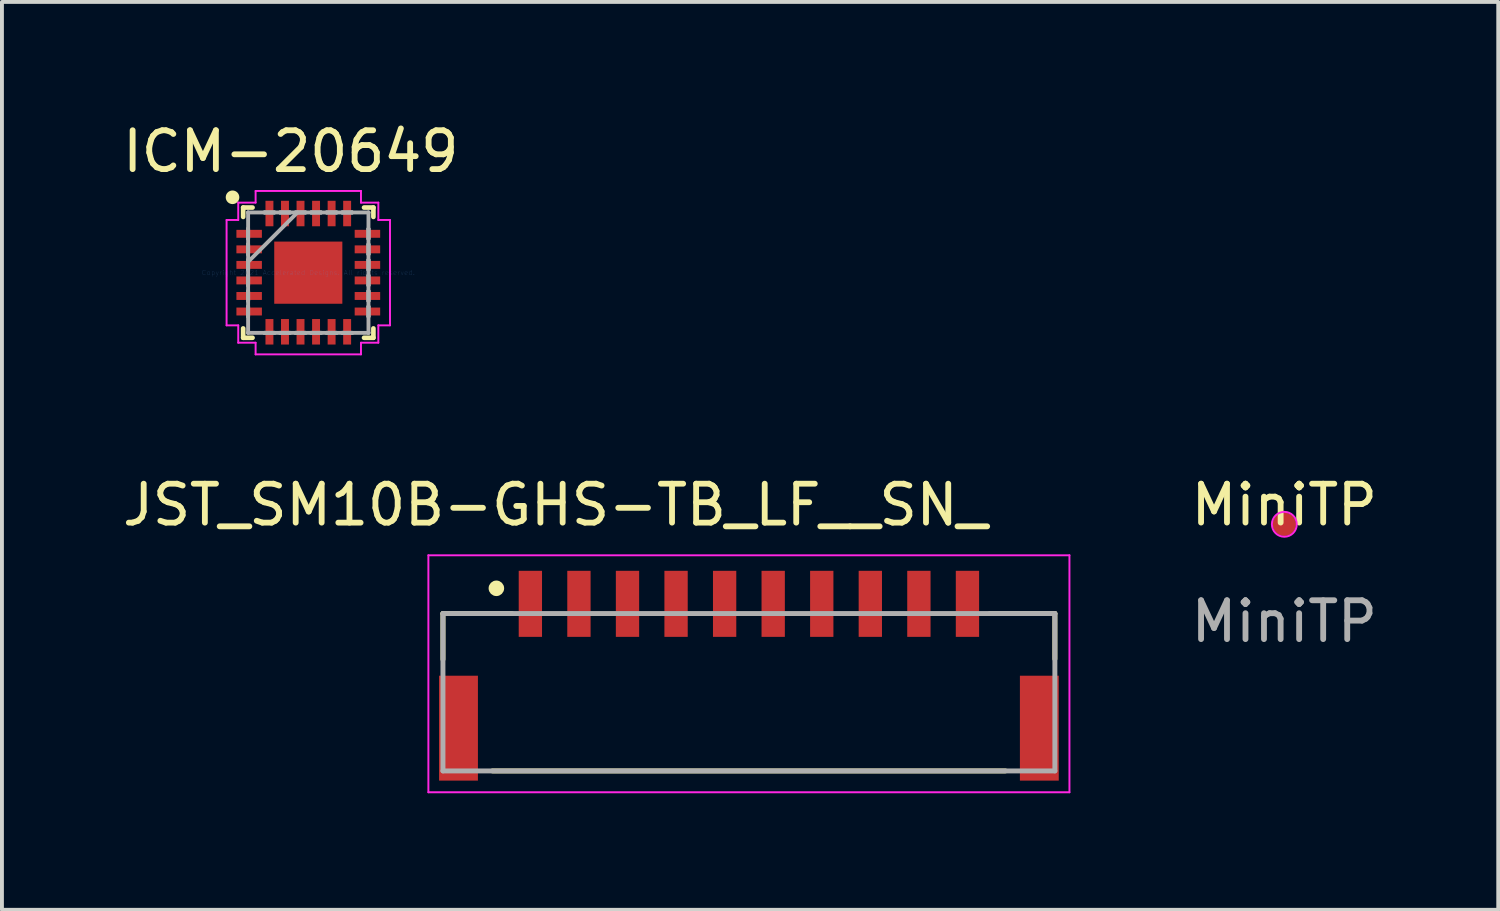
<source format=kicad_pcb>
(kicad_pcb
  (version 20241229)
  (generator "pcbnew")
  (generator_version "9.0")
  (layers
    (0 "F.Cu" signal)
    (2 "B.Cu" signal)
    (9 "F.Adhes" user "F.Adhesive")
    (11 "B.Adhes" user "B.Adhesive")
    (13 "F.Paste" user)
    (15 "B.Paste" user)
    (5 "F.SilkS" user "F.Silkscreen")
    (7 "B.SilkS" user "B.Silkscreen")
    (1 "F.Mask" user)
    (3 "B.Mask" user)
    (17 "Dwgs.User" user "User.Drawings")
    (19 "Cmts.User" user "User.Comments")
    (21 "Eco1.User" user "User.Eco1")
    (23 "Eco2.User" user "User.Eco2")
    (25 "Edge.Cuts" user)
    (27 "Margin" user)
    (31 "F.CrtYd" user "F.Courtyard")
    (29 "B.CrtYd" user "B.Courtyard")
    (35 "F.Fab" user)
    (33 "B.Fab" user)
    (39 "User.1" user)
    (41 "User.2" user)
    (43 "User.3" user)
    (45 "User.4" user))
  (footprint "MiniTP"
    (layer "F.Cu")
    (at 30.007 10.445)
    (property "Reference" "MiniTP" (at 0 -0.5 0) (unlocked yes) (layer "F.SilkS") (effects (font (size 1 1) (thickness 0.15))))
    (fp_circle (center 0 0) (end 0.25 0.2) (stroke (width 0.05) (type solid)) (fill no) (layer "F.CrtYd"))
    (fp_text user "${REFERENCE}" (at 0 2.5 0) (unlocked yes) (layer "F.Fab") (effects (font (size 1 1) (thickness 0.15))))
    (pad "1" smd circle (at 0 0) (size 0.6 0.6) (layers "F.Cu" "F.Mask" "F.Paste")))
  (footprint "JST_SM10B-GHS-TB_LF__SN_"
    (layer "F.Cu")
    (at 16.226 15.692)
    (property "Reference" "JST_SM10B-GHS-TB_LF__SN_" (at -4.985 -5.746 0) (layer "F.SilkS") (effects (font (size 1.002 1.002) (thickness 0.15))))
    (attr smd)
    (fp_line (start -7.875 -2.95) (end -6.1 -2.95) (stroke (width 0.127) (type solid)) (layer "F.SilkS"))
    (fp_line (start -7.875 -1.77) (end -7.875 -2.95) (stroke (width 0.127) (type solid)) (layer "F.SilkS"))
    (fp_line (start -6.6 1.1) (end 6.6 1.1) (stroke (width 0.127) (type solid)) (layer "F.SilkS"))
    (fp_line (start 7.875 -2.95) (end 6.2 -2.95) (stroke (width 0.127) (type solid)) (layer "F.SilkS"))
    (fp_line (start 7.875 -1.78) (end 7.875 -2.95) (stroke (width 0.127) (type solid)) (layer "F.SilkS"))
    (fp_circle (center -6.5 -3.6) (end -6.4 -3.6) (stroke (width 0.2) (type solid)) (fill no) (layer "F.SilkS"))
    (fp_line (start -8.25 -4.45) (end 8.25 -4.45) (stroke (width 0.05) (type solid)) (layer "F.CrtYd"))
    (fp_line (start -8.25 1.65) (end -8.25 -4.45) (stroke (width 0.05) (type solid)) (layer "F.CrtYd"))
    (fp_line (start 8.25 -4.45) (end 8.25 1.65) (stroke (width 0.05) (type solid)) (layer "F.CrtYd"))
    (fp_line (start 8.25 1.65) (end -8.25 1.65) (stroke (width 0.05) (type solid)) (layer "F.CrtYd"))
    (fp_line (start -7.875 -2.95) (end 7.875 -2.95) (stroke (width 0.127) (type solid)) (layer "F.Fab"))
    (fp_line (start -7.875 1.1) (end -7.875 -2.95) (stroke (width 0.127) (type solid)) (layer "F.Fab"))
    (fp_line (start 7.875 -2.95) (end 7.875 1.1) (stroke (width 0.127) (type solid)) (layer "F.Fab"))
    (fp_line (start 7.875 1.1) (end -7.875 1.1) (stroke (width 0.127) (type solid)) (layer "F.Fab"))
    (pad "1" smd rect (at -5.625 -3.2 90) (size 1.7 0.6) (layers "F.Cu" "F.Mask" "F.Paste"))
    (pad "2" smd rect (at -4.375 -3.2 90) (size 1.7 0.6) (layers "F.Cu" "F.Mask" "F.Paste"))
    (pad "3" smd rect (at -3.125 -3.2 90) (size 1.7 0.6) (layers "F.Cu" "F.Mask" "F.Paste"))
    (pad "4" smd rect (at -1.875 -3.2 90) (size 1.7 0.6) (layers "F.Cu" "F.Mask" "F.Paste"))
    (pad "5" smd rect (at -0.625 -3.2 90) (size 1.7 0.6) (layers "F.Cu" "F.Mask" "F.Paste"))
    (pad "6" smd rect (at 0.625 -3.2 90) (size 1.7 0.6) (layers "F.Cu" "F.Mask" "F.Paste"))
    (pad "7" smd rect (at 1.875 -3.2 90) (size 1.7 0.6) (layers "F.Cu" "F.Mask" "F.Paste"))
    (pad "8" smd rect (at 3.125 -3.2 90) (size 1.7 0.6) (layers "F.Cu" "F.Mask" "F.Paste"))
    (pad "9" smd rect (at 4.375 -3.2 90) (size 1.7 0.6) (layers "F.Cu" "F.Mask" "F.Paste"))
    (pad "10" smd rect (at 5.625 -3.2 90) (size 1.7 0.6) (layers "F.Cu" "F.Mask" "F.Paste"))
    (pad "S1" smd rect (at -7.475 0 90) (size 2.7 1) (layers "F.Cu" "F.Mask" "F.Paste"))
    (pad "S2" smd rect (at 7.475 0 90) (size 2.7 1) (layers "F.Cu" "F.Mask" "F.Paste")))
  (footprint "ICM-20649"
    (layer "F.Cu")
    (at 4.885 3.968)
    (property "Reference" "ICM-20649" (at -0.45 -3.12 0) (layer "F.SilkS") (effects (font (size 1 1) (thickness 0.15))))
    (attr smd)
    (fp_line (start -1.676 -1.676) (end -1.676 -1.435) (stroke (width 0.12) (type solid)) (layer "F.SilkS"))
    (fp_line (start -1.676 1.435) (end -1.676 1.676) (stroke (width 0.12) (type solid)) (layer "F.SilkS"))
    (fp_line (start -1.676 1.676) (end -1.435 1.676) (stroke (width 0.12) (type solid)) (layer "F.SilkS"))
    (fp_line (start -1.435 -1.676) (end -1.676 -1.676) (stroke (width 0.12) (type solid)) (layer "F.SilkS"))
    (fp_line (start 1.435 1.676) (end 1.676 1.676) (stroke (width 0.12) (type solid)) (layer "F.SilkS"))
    (fp_line (start 1.676 -1.676) (end 1.435 -1.676) (stroke (width 0.12) (type solid)) (layer "F.SilkS"))
    (fp_line (start 1.676 -1.435) (end 1.676 -1.676) (stroke (width 0.12) (type solid)) (layer "F.SilkS"))
    (fp_line (start 1.676 1.676) (end 1.676 1.435) (stroke (width 0.12) (type solid)) (layer "F.SilkS"))
    (fp_circle (center -1.95 -1.94) (end -1.825 -1.94) (stroke (width 0.1) (type solid)) (fill yes) (layer "F.SilkS"))
    (fp_line (start -2.103 1.356) (end -2.103 -1.356) (stroke (width 0.05) (type solid)) (layer "F.CrtYd"))
    (fp_line (start -1.803 -1.803) (end -1.356 -1.803) (stroke (width 0.05) (type solid)) (layer "F.CrtYd"))
    (fp_line (start -1.803 -1.356) (end -2.103 -1.356) (stroke (width 0.05) (type default)) (layer "F.CrtYd"))
    (fp_line (start -1.803 -1.356) (end -1.803 -1.803) (stroke (width 0.05) (type solid)) (layer "F.CrtYd"))
    (fp_line (start -1.803 1.356) (end -2.103 1.356) (stroke (width 0.05) (type solid)) (layer "F.CrtYd"))
    (fp_line (start -1.803 1.803) (end -1.803 1.356) (stroke (width 0.05) (type solid)) (layer "F.CrtYd"))
    (fp_line (start -1.356 -2.103) (end 1.356 -2.103) (stroke (width 0.05) (type solid)) (layer "F.CrtYd"))
    (fp_line (start -1.356 -1.803) (end -1.356 -2.103) (stroke (width 0.05) (type solid)) (layer "F.CrtYd"))
    (fp_line (start -1.356 1.803) (end -1.803 1.803) (stroke (width 0.05) (type solid)) (layer "F.CrtYd"))
    (fp_line (start -1.356 2.103) (end -1.356 1.803) (stroke (width 0.05) (type solid)) (layer "F.CrtYd"))
    (fp_line (start 1.356 -2.103) (end 1.356 -1.803) (stroke (width 0.05) (type solid)) (layer "F.CrtYd"))
    (fp_line (start 1.356 -1.803) (end 1.803 -1.803) (stroke (width 0.05) (type solid)) (layer "F.CrtYd"))
    (fp_line (start 1.356 1.803) (end 1.356 2.103) (stroke (width 0.05) (type solid)) (layer "F.CrtYd"))
    (fp_line (start 1.356 2.103) (end -1.356 2.103) (stroke (width 0.05) (type solid)) (layer "F.CrtYd"))
    (fp_line (start 1.803 -1.803) (end 1.803 -1.356) (stroke (width 0.05) (type solid)) (layer "F.CrtYd"))
    (fp_line (start 1.803 -1.356) (end 2.103 -1.356) (stroke (width 0.05) (type solid)) (layer "F.CrtYd"))
    (fp_line (start 1.803 1.356) (end 1.803 1.803) (stroke (width 0.05) (type solid)) (layer "F.CrtYd"))
    (fp_line (start 1.803 1.803) (end 1.356 1.803) (stroke (width 0.05) (type solid)) (layer "F.CrtYd"))
    (fp_line (start 2.103 -1.356) (end 2.103 1.356) (stroke (width 0.05) (type solid)) (layer "F.CrtYd"))
    (fp_line (start 2.103 1.356) (end 1.803 1.356) (stroke (width 0.05) (type solid)) (layer "F.CrtYd"))
    (fp_line (start -1.549 -1.549) (end -1.549 -1.549) (stroke (width 0.1) (type solid)) (layer "F.Fab"))
    (fp_line (start -1.549 -1.549) (end -1.549 1.549) (stroke (width 0.1) (type solid)) (layer "F.Fab"))
    (fp_line (start -1.549 -1.127) (end -1.549 -1.127) (stroke (width 0.1) (type solid)) (layer "F.Fab"))
    (fp_line (start -1.549 -1.127) (end -1.549 -0.873) (stroke (width 0.1) (type solid)) (layer "F.Fab"))
    (fp_line (start -1.549 -0.873) (end -1.549 -1.127) (stroke (width 0.1) (type solid)) (layer "F.Fab"))
    (fp_line (start -1.549 -0.873) (end -1.549 -0.873) (stroke (width 0.1) (type solid)) (layer "F.Fab"))
    (fp_line (start -1.549 -0.727) (end -1.549 -0.727) (stroke (width 0.1) (type solid)) (layer "F.Fab"))
    (fp_line (start -1.549 -0.727) (end -1.549 -0.473) (stroke (width 0.1) (type solid)) (layer "F.Fab"))
    (fp_line (start -1.549 -0.473) (end -1.549 -0.727) (stroke (width 0.1) (type solid)) (layer "F.Fab"))
    (fp_line (start -1.549 -0.473) (end -1.549 -0.473) (stroke (width 0.1) (type solid)) (layer "F.Fab"))
    (fp_line (start -1.549 -0.327) (end -1.549 -0.327) (stroke (width 0.1) (type solid)) (layer "F.Fab"))
    (fp_line (start -1.549 -0.327) (end -1.549 -0.073) (stroke (width 0.1) (type solid)) (layer "F.Fab"))
    (fp_line (start -1.549 -0.279) (end -0.279 -1.549) (stroke (width 0.1) (type solid)) (layer "F.Fab"))
    (fp_line (start -1.549 -0.073) (end -1.549 -0.327) (stroke (width 0.1) (type solid)) (layer "F.Fab"))
    (fp_line (start -1.549 -0.073) (end -1.549 -0.073) (stroke (width 0.1) (type solid)) (layer "F.Fab"))
    (fp_line (start -1.549 0.073) (end -1.549 0.073) (stroke (width 0.1) (type solid)) (layer "F.Fab"))
    (fp_line (start -1.549 0.073) (end -1.549 0.327) (stroke (width 0.1) (type solid)) (layer "F.Fab"))
    (fp_line (start -1.549 0.327) (end -1.549 0.073) (stroke (width 0.1) (type solid)) (layer "F.Fab"))
    (fp_line (start -1.549 0.327) (end -1.549 0.327) (stroke (width 0.1) (type solid)) (layer "F.Fab"))
    (fp_line (start -1.549 0.473) (end -1.549 0.473) (stroke (width 0.1) (type solid)) (layer "F.Fab"))
    (fp_line (start -1.549 0.473) (end -1.549 0.727) (stroke (width 0.1) (type solid)) (layer "F.Fab"))
    (fp_line (start -1.549 0.727) (end -1.549 0.473) (stroke (width 0.1) (type solid)) (layer "F.Fab"))
    (fp_line (start -1.549 0.727) (end -1.549 0.727) (stroke (width 0.1) (type solid)) (layer "F.Fab"))
    (fp_line (start -1.549 0.873) (end -1.549 0.873) (stroke (width 0.1) (type solid)) (layer "F.Fab"))
    (fp_line (start -1.549 0.873) (end -1.549 1.127) (stroke (width 0.1) (type solid)) (layer "F.Fab"))
    (fp_line (start -1.549 1.127) (end -1.549 0.873) (stroke (width 0.1) (type solid)) (layer "F.Fab"))
    (fp_line (start -1.549 1.127) (end -1.549 1.127) (stroke (width 0.1) (type solid)) (layer "F.Fab"))
    (fp_line (start -1.549 1.549) (end -1.549 1.549) (stroke (width 0.1) (type solid)) (layer "F.Fab"))
    (fp_line (start -1.549 1.549) (end 1.549 1.549) (stroke (width 0.1) (type solid)) (layer "F.Fab"))
    (fp_line (start -1.127 -1.549) (end -1.127 -1.549) (stroke (width 0.1) (type solid)) (layer "F.Fab"))
    (fp_line (start -1.127 -1.549) (end -0.873 -1.549) (stroke (width 0.1) (type solid)) (layer "F.Fab"))
    (fp_line (start -1.127 1.549) (end -1.127 1.549) (stroke (width 0.1) (type solid)) (layer "F.Fab"))
    (fp_line (start -1.127 1.549) (end -0.873 1.549) (stroke (width 0.1) (type solid)) (layer "F.Fab"))
    (fp_line (start -0.873 -1.549) (end -1.127 -1.549) (stroke (width 0.1) (type solid)) (layer "F.Fab"))
    (fp_line (start -0.873 -1.549) (end -0.873 -1.549) (stroke (width 0.1) (type solid)) (layer "F.Fab"))
    (fp_line (start -0.873 1.549) (end -1.127 1.549) (stroke (width 0.1) (type solid)) (layer "F.Fab"))
    (fp_line (start -0.873 1.549) (end -0.873 1.549) (stroke (width 0.1) (type solid)) (layer "F.Fab"))
    (fp_line (start -0.727 -1.549) (end -0.727 -1.549) (stroke (width 0.1) (type solid)) (layer "F.Fab"))
    (fp_line (start -0.727 -1.549) (end -0.473 -1.549) (stroke (width 0.1) (type solid)) (layer "F.Fab"))
    (fp_line (start -0.727 1.549) (end -0.727 1.549) (stroke (width 0.1) (type solid)) (layer "F.Fab"))
    (fp_line (start -0.727 1.549) (end -0.473 1.549) (stroke (width 0.1) (type solid)) (layer "F.Fab"))
    (fp_line (start -0.473 -1.549) (end -0.727 -1.549) (stroke (width 0.1) (type solid)) (layer "F.Fab"))
    (fp_line (start -0.473 -1.549) (end -0.473 -1.549) (stroke (width 0.1) (type solid)) (layer "F.Fab"))
    (fp_line (start -0.473 1.549) (end -0.727 1.549) (stroke (width 0.1) (type solid)) (layer "F.Fab"))
    (fp_line (start -0.473 1.549) (end -0.473 1.549) (stroke (width 0.1) (type solid)) (layer "F.Fab"))
    (fp_line (start -0.327 -1.549) (end -0.327 -1.549) (stroke (width 0.1) (type solid)) (layer "F.Fab"))
    (fp_line (start -0.327 -1.549) (end -0.073 -1.549) (stroke (width 0.1) (type solid)) (layer "F.Fab"))
    (fp_line (start -0.327 1.549) (end -0.327 1.549) (stroke (width 0.1) (type solid)) (layer "F.Fab"))
    (fp_line (start -0.327 1.549) (end -0.073 1.549) (stroke (width 0.1) (type solid)) (layer "F.Fab"))
    (fp_line (start -0.073 -1.549) (end -0.327 -1.549) (stroke (width 0.1) (type solid)) (layer "F.Fab"))
    (fp_line (start -0.073 -1.549) (end -0.073 -1.549) (stroke (width 0.1) (type solid)) (layer "F.Fab"))
    (fp_line (start -0.073 1.549) (end -0.327 1.549) (stroke (width 0.1) (type solid)) (layer "F.Fab"))
    (fp_line (start -0.073 1.549) (end -0.073 1.549) (stroke (width 0.1) (type solid)) (layer "F.Fab"))
    (fp_line (start 0.073 -1.549) (end 0.073 -1.549) (stroke (width 0.1) (type solid)) (layer "F.Fab"))
    (fp_line (start 0.073 -1.549) (end 0.327 -1.549) (stroke (width 0.1) (type solid)) (layer "F.Fab"))
    (fp_line (start 0.073 1.549) (end 0.073 1.549) (stroke (width 0.1) (type solid)) (layer "F.Fab"))
    (fp_line (start 0.073 1.549) (end 0.327 1.549) (stroke (width 0.1) (type solid)) (layer "F.Fab"))
    (fp_line (start 0.327 -1.549) (end 0.073 -1.549) (stroke (width 0.1) (type solid)) (layer "F.Fab"))
    (fp_line (start 0.327 -1.549) (end 0.327 -1.549) (stroke (width 0.1) (type solid)) (layer "F.Fab"))
    (fp_line (start 0.327 1.549) (end 0.073 1.549) (stroke (width 0.1) (type solid)) (layer "F.Fab"))
    (fp_line (start 0.327 1.549) (end 0.327 1.549) (stroke (width 0.1) (type solid)) (layer "F.Fab"))
    (fp_line (start 0.473 -1.549) (end 0.473 -1.549) (stroke (width 0.1) (type solid)) (layer "F.Fab"))
    (fp_line (start 0.473 -1.549) (end 0.727 -1.549) (stroke (width 0.1) (type solid)) (layer "F.Fab"))
    (fp_line (start 0.473 1.549) (end 0.473 1.549) (stroke (width 0.1) (type solid)) (layer "F.Fab"))
    (fp_line (start 0.473 1.549) (end 0.727 1.549) (stroke (width 0.1) (type solid)) (layer "F.Fab"))
    (fp_line (start 0.727 -1.549) (end 0.473 -1.549) (stroke (width 0.1) (type solid)) (layer "F.Fab"))
    (fp_line (start 0.727 -1.549) (end 0.727 -1.549) (stroke (width 0.1) (type solid)) (layer "F.Fab"))
    (fp_line (start 0.727 1.549) (end 0.473 1.549) (stroke (width 0.1) (type solid)) (layer "F.Fab"))
    (fp_line (start 0.727 1.549) (end 0.727 1.549) (stroke (width 0.1) (type solid)) (layer "F.Fab"))
    (fp_line (start 0.873 -1.549) (end 0.873 -1.549) (stroke (width 0.1) (type solid)) (layer "F.Fab"))
    (fp_line (start 0.873 -1.549) (end 1.127 -1.549) (stroke (width 0.1) (type solid)) (layer "F.Fab"))
    (fp_line (start 0.873 1.549) (end 0.873 1.549) (stroke (width 0.1) (type solid)) (layer "F.Fab"))
    (fp_line (start 0.873 1.549) (end 1.127 1.549) (stroke (width 0.1) (type solid)) (layer "F.Fab"))
    (fp_line (start 1.127 -1.549) (end 0.873 -1.549) (stroke (width 0.1) (type solid)) (layer "F.Fab"))
    (fp_line (start 1.127 -1.549) (end 1.127 -1.549) (stroke (width 0.1) (type solid)) (layer "F.Fab"))
    (fp_line (start 1.127 1.549) (end 0.873 1.549) (stroke (width 0.1) (type solid)) (layer "F.Fab"))
    (fp_line (start 1.127 1.549) (end 1.127 1.549) (stroke (width 0.1) (type solid)) (layer "F.Fab"))
    (fp_line (start 1.549 -1.549) (end -1.549 -1.549) (stroke (width 0.1) (type solid)) (layer "F.Fab"))
    (fp_line (start 1.549 -1.549) (end 1.549 -1.549) (stroke (width 0.1) (type solid)) (layer "F.Fab"))
    (fp_line (start 1.549 -1.127) (end 1.549 -1.127) (stroke (width 0.1) (type solid)) (layer "F.Fab"))
    (fp_line (start 1.549 -1.127) (end 1.549 -0.873) (stroke (width 0.1) (type solid)) (layer "F.Fab"))
    (fp_line (start 1.549 -0.873) (end 1.549 -1.127) (stroke (width 0.1) (type solid)) (layer "F.Fab"))
    (fp_line (start 1.549 -0.873) (end 1.549 -0.873) (stroke (width 0.1) (type solid)) (layer "F.Fab"))
    (fp_line (start 1.549 -0.727) (end 1.549 -0.727) (stroke (width 0.1) (type solid)) (layer "F.Fab"))
    (fp_line (start 1.549 -0.727) (end 1.549 -0.473) (stroke (width 0.1) (type solid)) (layer "F.Fab"))
    (fp_line (start 1.549 -0.473) (end 1.549 -0.727) (stroke (width 0.1) (type solid)) (layer "F.Fab"))
    (fp_line (start 1.549 -0.473) (end 1.549 -0.473) (stroke (width 0.1) (type solid)) (layer "F.Fab"))
    (fp_line (start 1.549 -0.327) (end 1.549 -0.327) (stroke (width 0.1) (type solid)) (layer "F.Fab"))
    (fp_line (start 1.549 -0.327) (end 1.549 -0.073) (stroke (width 0.1) (type solid)) (layer "F.Fab"))
    (fp_line (start 1.549 -0.073) (end 1.549 -0.327) (stroke (width 0.1) (type solid)) (layer "F.Fab"))
    (fp_line (start 1.549 -0.073) (end 1.549 -0.073) (stroke (width 0.1) (type solid)) (layer "F.Fab"))
    (fp_line (start 1.549 0.073) (end 1.549 0.073) (stroke (width 0.1) (type solid)) (layer "F.Fab"))
    (fp_line (start 1.549 0.073) (end 1.549 0.327) (stroke (width 0.1) (type solid)) (layer "F.Fab"))
    (fp_line (start 1.549 0.327) (end 1.549 0.073) (stroke (width 0.1) (type solid)) (layer "F.Fab"))
    (fp_line (start 1.549 0.327) (end 1.549 0.327) (stroke (width 0.1) (type solid)) (layer "F.Fab"))
    (fp_line (start 1.549 0.473) (end 1.549 0.473) (stroke (width 0.1) (type solid)) (layer "F.Fab"))
    (fp_line (start 1.549 0.473) (end 1.549 0.727) (stroke (width 0.1) (type solid)) (layer "F.Fab"))
    (fp_line (start 1.549 0.727) (end 1.549 0.473) (stroke (width 0.1) (type solid)) (layer "F.Fab"))
    (fp_line (start 1.549 0.727) (end 1.549 0.727) (stroke (width 0.1) (type solid)) (layer "F.Fab"))
    (fp_line (start 1.549 0.873) (end 1.549 0.873) (stroke (width 0.1) (type solid)) (layer "F.Fab"))
    (fp_line (start 1.549 0.873) (end 1.549 1.127) (stroke (width 0.1) (type solid)) (layer "F.Fab"))
    (fp_line (start 1.549 1.127) (end 1.549 0.873) (stroke (width 0.1) (type solid)) (layer "F.Fab"))
    (fp_line (start 1.549 1.127) (end 1.549 1.127) (stroke (width 0.1) (type solid)) (layer "F.Fab"))
    (fp_line (start 1.549 1.549) (end 1.549 -1.549) (stroke (width 0.1) (type solid)) (layer "F.Fab"))
    (fp_line (start 1.549 1.549) (end 1.549 1.549) (stroke (width 0.1) (type solid)) (layer "F.Fab"))
    (fp_text user "Copyright 2021 Accelerated Designs. All rights reserved." (at 0 0 0) (layer "Cmts.User") (effects (font (size 0.127 0.127) (thickness 0.002))))
    (pad "1" smd rect (at -1.522 -1 90) (size 0.204 0.656) (layers "F.Cu" "F.Mask" "F.Paste"))
    (pad "2" smd rect (at -1.522 -0.6 90) (size 0.204 0.656) (layers "F.Cu" "F.Mask" "F.Paste"))
    (pad "3" smd rect (at -1.522 -0.2 90) (size 0.204 0.656) (layers "F.Cu" "F.Mask" "F.Paste"))
    (pad "4" smd rect (at -1.522 0.2 90) (size 0.204 0.656) (layers "F.Cu" "F.Mask" "F.Paste"))
    (pad "5" smd rect (at -1.522 0.6 90) (size 0.204 0.656) (layers "F.Cu" "F.Mask" "F.Paste"))
    (pad "6" smd rect (at -1.522 1 90) (size 0.204 0.656) (layers "F.Cu" "F.Mask" "F.Paste"))
    (pad "7" smd rect (at -1 1.522) (size 0.204 0.656) (layers "F.Cu" "F.Mask" "F.Paste"))
    (pad "8" smd rect (at -0.6 1.522) (size 0.204 0.656) (layers "F.Cu" "F.Mask" "F.Paste"))
    (pad "9" smd rect (at -0.2 1.522) (size 0.204 0.656) (layers "F.Cu" "F.Mask" "F.Paste"))
    (pad "10" smd rect (at 0.2 1.522) (size 0.204 0.656) (layers "F.Cu" "F.Mask" "F.Paste"))
    (pad "11" smd rect (at 0.6 1.522) (size 0.204 0.656) (layers "F.Cu" "F.Mask" "F.Paste"))
    (pad "12" smd rect (at 1 1.522) (size 0.204 0.656) (layers "F.Cu" "F.Mask" "F.Paste"))
    (pad "13" smd rect (at 1.522 1 90) (size 0.204 0.656) (layers "F.Cu" "F.Mask" "F.Paste"))
    (pad "14" smd rect (at 1.522 0.6 90) (size 0.204 0.656) (layers "F.Cu" "F.Mask" "F.Paste"))
    (pad "15" smd rect (at 1.522 0.2 90) (size 0.204 0.656) (layers "F.Cu" "F.Mask" "F.Paste"))
    (pad "16" smd rect (at 1.522 -0.2 90) (size 0.204 0.656) (layers "F.Cu" "F.Mask" "F.Paste"))
    (pad "17" smd rect (at 1.522 -0.6 90) (size 0.204 0.656) (layers "F.Cu" "F.Mask" "F.Paste"))
    (pad "18" smd rect (at 1.522 -1 90) (size 0.204 0.656) (layers "F.Cu" "F.Mask" "F.Paste"))
    (pad "19" smd rect (at 1 -1.522) (size 0.204 0.656) (layers "F.Cu" "F.Mask" "F.Paste"))
    (pad "20" smd rect (at 0.6 -1.522) (size 0.204 0.656) (layers "F.Cu" "F.Mask" "F.Paste"))
    (pad "21" smd rect (at 0.2 -1.522) (size 0.204 0.656) (layers "F.Cu" "F.Mask" "F.Paste"))
    (pad "22" smd rect (at -0.2 -1.522) (size 0.204 0.656) (layers "F.Cu" "F.Mask" "F.Paste"))
    (pad "23" smd rect (at -0.6 -1.522) (size 0.204 0.656) (layers "F.Cu" "F.Mask" "F.Paste"))
    (pad "24" smd rect (at -1 -1.522) (size 0.204 0.656) (layers "F.Cu" "F.Mask" "F.Paste"))
    (pad "25" smd rect (at 0 0) (size 1.753 1.6) (layers "F.Cu" "F.Mask" "F.Paste")))
  (gr_rect
    (start -3 -3)
    (end 35.513 20.367)
    (stroke (width 0.1) (type default))
    (fill no)
    (layer "Edge.Cuts")))
</source>
